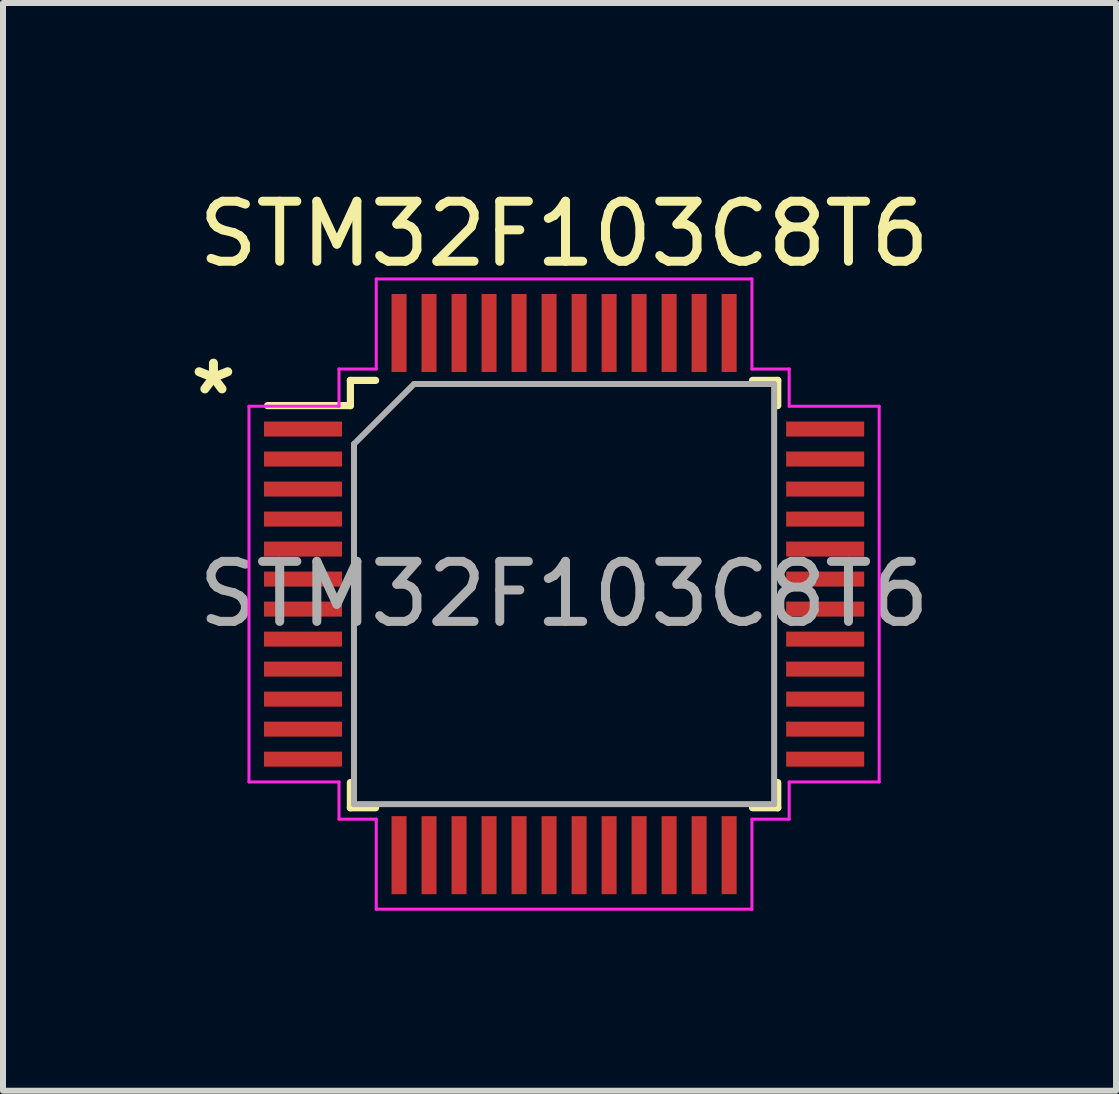
<source format=kicad_pcb>
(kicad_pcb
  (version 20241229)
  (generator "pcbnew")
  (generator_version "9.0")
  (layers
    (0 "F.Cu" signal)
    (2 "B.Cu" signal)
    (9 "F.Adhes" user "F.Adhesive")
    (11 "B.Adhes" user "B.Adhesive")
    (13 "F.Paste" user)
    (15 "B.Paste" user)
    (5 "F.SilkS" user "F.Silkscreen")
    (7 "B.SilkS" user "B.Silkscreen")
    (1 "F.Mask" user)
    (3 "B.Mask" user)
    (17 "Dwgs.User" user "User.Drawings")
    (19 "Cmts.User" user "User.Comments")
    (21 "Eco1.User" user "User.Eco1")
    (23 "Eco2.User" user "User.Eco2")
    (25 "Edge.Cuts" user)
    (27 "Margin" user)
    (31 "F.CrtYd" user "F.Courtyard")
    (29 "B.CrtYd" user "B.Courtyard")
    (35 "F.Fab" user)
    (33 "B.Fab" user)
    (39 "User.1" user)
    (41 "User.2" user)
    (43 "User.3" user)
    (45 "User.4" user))
  (footprint "STM32F103C8T6"
    (layer "F.Cu")
    (at 6.348 6.848)
    (property "Reference" "STM32F103C8T6" (at 0 -6 0) (layer "F.SilkS") (effects (font (size 1 1) (thickness 0.15))))
    (attr smd)
    (fp_line (start -3.56 -3.56) (end -3.56 -3.14) (stroke (width 0.12) (type solid)) (layer "F.SilkS"))
    (fp_line (start -3.56 -3.56) (end -3.14 -3.56) (stroke (width 0.12) (type solid)) (layer "F.SilkS"))
    (fp_line (start -3.56 -3.14) (end -4.94 -3.14) (stroke (width 0.12) (type solid)) (layer "F.SilkS"))
    (fp_line (start -3.56 3.56) (end -3.56 3.14) (stroke (width 0.12) (type solid)) (layer "F.SilkS"))
    (fp_line (start -3.56 3.56) (end -3.14 3.56) (stroke (width 0.12) (type solid)) (layer "F.SilkS"))
    (fp_line (start 3.56 -3.56) (end 3.14 -3.56) (stroke (width 0.12) (type solid)) (layer "F.SilkS"))
    (fp_line (start 3.56 -3.56) (end 3.56 -3.14) (stroke (width 0.12) (type solid)) (layer "F.SilkS"))
    (fp_line (start 3.56 3.56) (end 3.14 3.56) (stroke (width 0.12) (type solid)) (layer "F.SilkS"))
    (fp_line (start 3.56 3.56) (end 3.56 3.14) (stroke (width 0.12) (type solid)) (layer "F.SilkS"))
    (fp_line (start -5.25 -3.13) (end -5.25 3.13) (stroke (width 0.05) (type solid)) (layer "F.CrtYd"))
    (fp_line (start -3.75 -3.13) (end -5.25 -3.13) (stroke (width 0.05) (type solid)) (layer "F.CrtYd"))
    (fp_line (start -3.75 -3.13) (end -3.75 -3.75) (stroke (width 0.05) (type solid)) (layer "F.CrtYd"))
    (fp_line (start -3.75 3.13) (end -5.25 3.13) (stroke (width 0.05) (type solid)) (layer "F.CrtYd"))
    (fp_line (start -3.75 3.13) (end -3.75 3.75) (stroke (width 0.05) (type solid)) (layer "F.CrtYd"))
    (fp_line (start -3.13 -5.25) (end 3.13 -5.25) (stroke (width 0.05) (type solid)) (layer "F.CrtYd"))
    (fp_line (start -3.13 -3.75) (end -3.75 -3.75) (stroke (width 0.05) (type solid)) (layer "F.CrtYd"))
    (fp_line (start -3.13 -3.75) (end -3.13 -5.25) (stroke (width 0.05) (type solid)) (layer "F.CrtYd"))
    (fp_line (start -3.13 3.75) (end -3.75 3.75) (stroke (width 0.05) (type solid)) (layer "F.CrtYd"))
    (fp_line (start -3.13 3.75) (end -3.13 5.25) (stroke (width 0.05) (type solid)) (layer "F.CrtYd"))
    (fp_line (start -3.13 5.25) (end 3.13 5.25) (stroke (width 0.05) (type solid)) (layer "F.CrtYd"))
    (fp_line (start 3.13 -3.75) (end 3.13 -5.25) (stroke (width 0.05) (type solid)) (layer "F.CrtYd"))
    (fp_line (start 3.13 -3.75) (end 3.75 -3.75) (stroke (width 0.05) (type solid)) (layer "F.CrtYd"))
    (fp_line (start 3.13 3.75) (end 3.75 3.75) (stroke (width 0.05) (type solid)) (layer "F.CrtYd"))
    (fp_line (start 3.13 5.25) (end 3.13 3.75) (stroke (width 0.05) (type solid)) (layer "F.CrtYd"))
    (fp_line (start 3.75 -3.13) (end 3.75 -3.75) (stroke (width 0.05) (type solid)) (layer "F.CrtYd"))
    (fp_line (start 3.75 -3.13) (end 5.25 -3.13) (stroke (width 0.05) (type solid)) (layer "F.CrtYd"))
    (fp_line (start 3.75 3.13) (end 3.75 3.75) (stroke (width 0.05) (type solid)) (layer "F.CrtYd"))
    (fp_line (start 3.75 3.13) (end 5.25 3.13) (stroke (width 0.05) (type solid)) (layer "F.CrtYd"))
    (fp_line (start 5.25 -3.13) (end 5.25 3.13) (stroke (width 0.05) (type solid)) (layer "F.CrtYd"))
    (fp_line (start -3.5 -2.5) (end -2.5 -3.5) (stroke (width 0.1) (type solid)) (layer "F.Fab"))
    (fp_line (start -3.5 3.5) (end -3.5 -2.5) (stroke (width 0.1) (type solid)) (layer "F.Fab"))
    (fp_line (start -2.5 -3.5) (end 3.5 -3.5) (stroke (width 0.1) (type solid)) (layer "F.Fab"))
    (fp_line (start 3.5 -3.5) (end 3.5 3.5) (stroke (width 0.1) (type solid)) (layer "F.Fab"))
    (fp_line (start 3.5 3.5) (end -3.5 3.5) (stroke (width 0.1) (type solid)) (layer "F.Fab"))
    (fp_text user "*" (at -5.842 -3.302 0) (layer "F.SilkS") (effects (font (size 1 1) (thickness 0.15))))
    (fp_text user "${REFERENCE}" (at 0 0 0) (layer "F.Fab") (effects (font (size 1 1) (thickness 0.15))))
    (pad "1" smd rect (at -4.35 -2.75) (size 1.3 0.25) (layers "F.Cu" "F.Mask" "F.Paste"))
    (pad "2" smd rect (at -4.35 -2.25) (size 1.3 0.25) (layers "F.Cu" "F.Mask" "F.Paste"))
    (pad "3" smd rect (at -4.35 -1.75) (size 1.3 0.25) (layers "F.Cu" "F.Mask" "F.Paste"))
    (pad "4" smd rect (at -4.35 -1.25) (size 1.3 0.25) (layers "F.Cu" "F.Mask" "F.Paste"))
    (pad "5" smd rect (at -4.35 -0.75) (size 1.3 0.25) (layers "F.Cu" "F.Mask" "F.Paste"))
    (pad "6" smd rect (at -4.35 -0.25) (size 1.3 0.25) (layers "F.Cu" "F.Mask" "F.Paste"))
    (pad "7" smd rect (at -4.35 0.25) (size 1.3 0.25) (layers "F.Cu" "F.Mask" "F.Paste"))
    (pad "8" smd rect (at -4.35 0.75) (size 1.3 0.25) (layers "F.Cu" "F.Mask" "F.Paste"))
    (pad "9" smd rect (at -4.35 1.25) (size 1.3 0.25) (layers "F.Cu" "F.Mask" "F.Paste"))
    (pad "10" smd rect (at -4.35 1.75) (size 1.3 0.25) (layers "F.Cu" "F.Mask" "F.Paste"))
    (pad "11" smd rect (at -4.35 2.25) (size 1.3 0.25) (layers "F.Cu" "F.Mask" "F.Paste"))
    (pad "12" smd rect (at -4.35 2.75) (size 1.3 0.25) (layers "F.Cu" "F.Mask" "F.Paste"))
    (pad "13" smd rect (at -2.75 4.35 90) (size 1.3 0.25) (layers "F.Cu" "F.Mask" "F.Paste"))
    (pad "14" smd rect (at -2.25 4.35 90) (size 1.3 0.25) (layers "F.Cu" "F.Mask" "F.Paste"))
    (pad "15" smd rect (at -1.75 4.35 90) (size 1.3 0.25) (layers "F.Cu" "F.Mask" "F.Paste"))
    (pad "16" smd rect (at -1.25 4.35 90) (size 1.3 0.25) (layers "F.Cu" "F.Mask" "F.Paste"))
    (pad "17" smd rect (at -0.75 4.35 90) (size 1.3 0.25) (layers "F.Cu" "F.Mask" "F.Paste"))
    (pad "18" smd rect (at -0.25 4.35 90) (size 1.3 0.25) (layers "F.Cu" "F.Mask" "F.Paste"))
    (pad "19" smd rect (at 0.25 4.35 90) (size 1.3 0.25) (layers "F.Cu" "F.Mask" "F.Paste"))
    (pad "20" smd rect (at 0.75 4.35 90) (size 1.3 0.25) (layers "F.Cu" "F.Mask" "F.Paste"))
    (pad "21" smd rect (at 1.25 4.35 90) (size 1.3 0.25) (layers "F.Cu" "F.Mask" "F.Paste"))
    (pad "22" smd rect (at 1.75 4.35 90) (size 1.3 0.25) (layers "F.Cu" "F.Mask" "F.Paste"))
    (pad "23" smd rect (at 2.25 4.35 90) (size 1.3 0.25) (layers "F.Cu" "F.Mask" "F.Paste"))
    (pad "24" smd rect (at 2.75 4.35 90) (size 1.3 0.25) (layers "F.Cu" "F.Mask" "F.Paste"))
    (pad "25" smd rect (at 4.35 2.75) (size 1.3 0.25) (layers "F.Cu" "F.Mask" "F.Paste"))
    (pad "26" smd rect (at 4.35 2.25) (size 1.3 0.25) (layers "F.Cu" "F.Mask" "F.Paste"))
    (pad "27" smd rect (at 4.35 1.75) (size 1.3 0.25) (layers "F.Cu" "F.Mask" "F.Paste"))
    (pad "28" smd rect (at 4.35 1.25) (size 1.3 0.25) (layers "F.Cu" "F.Mask" "F.Paste"))
    (pad "29" smd rect (at 4.35 0.75) (size 1.3 0.25) (layers "F.Cu" "F.Mask" "F.Paste"))
    (pad "30" smd rect (at 4.35 0.25) (size 1.3 0.25) (layers "F.Cu" "F.Mask" "F.Paste"))
    (pad "31" smd rect (at 4.35 -0.25) (size 1.3 0.25) (layers "F.Cu" "F.Mask" "F.Paste"))
    (pad "32" smd rect (at 4.35 -0.75) (size 1.3 0.25) (layers "F.Cu" "F.Mask" "F.Paste"))
    (pad "33" smd rect (at 4.35 -1.25) (size 1.3 0.25) (layers "F.Cu" "F.Mask" "F.Paste"))
    (pad "34" smd rect (at 4.35 -1.75) (size 1.3 0.25) (layers "F.Cu" "F.Mask" "F.Paste"))
    (pad "35" smd rect (at 4.35 -2.25) (size 1.3 0.25) (layers "F.Cu" "F.Mask" "F.Paste"))
    (pad "36" smd rect (at 4.35 -2.75) (size 1.3 0.25) (layers "F.Cu" "F.Mask" "F.Paste"))
    (pad "37" smd rect (at 2.75 -4.35 90) (size 1.3 0.25) (layers "F.Cu" "F.Mask" "F.Paste"))
    (pad "38" smd rect (at 2.25 -4.35 90) (size 1.3 0.25) (layers "F.Cu" "F.Mask" "F.Paste"))
    (pad "39" smd rect (at 1.75 -4.35 90) (size 1.3 0.25) (layers "F.Cu" "F.Mask" "F.Paste"))
    (pad "40" smd rect (at 1.25 -4.35 90) (size 1.3 0.25) (layers "F.Cu" "F.Mask" "F.Paste"))
    (pad "41" smd rect (at 0.75 -4.35 90) (size 1.3 0.25) (layers "F.Cu" "F.Mask" "F.Paste"))
    (pad "42" smd rect (at 0.25 -4.35 90) (size 1.3 0.25) (layers "F.Cu" "F.Mask" "F.Paste"))
    (pad "43" smd rect (at -0.25 -4.35 90) (size 1.3 0.25) (layers "F.Cu" "F.Mask" "F.Paste"))
    (pad "44" smd rect (at -0.75 -4.35 90) (size 1.3 0.25) (layers "F.Cu" "F.Mask" "F.Paste"))
    (pad "45" smd rect (at -1.25 -4.35 90) (size 1.3 0.25) (layers "F.Cu" "F.Mask" "F.Paste"))
    (pad "46" smd rect (at -1.75 -4.35 90) (size 1.3 0.25) (layers "F.Cu" "F.Mask" "F.Paste"))
    (pad "47" smd rect (at -2.25 -4.35 90) (size 1.3 0.25) (layers "F.Cu" "F.Mask" "F.Paste"))
    (pad "48" smd rect (at -2.75 -4.35 90) (size 1.3 0.25) (layers "F.Cu" "F.Mask" "F.Paste")))
  (gr_rect
    (start -3 -3)
    (end 15.544 15.123)
    (stroke (width 0.1) (type default))
    (fill no)
    (layer "Edge.Cuts")))
</source>
